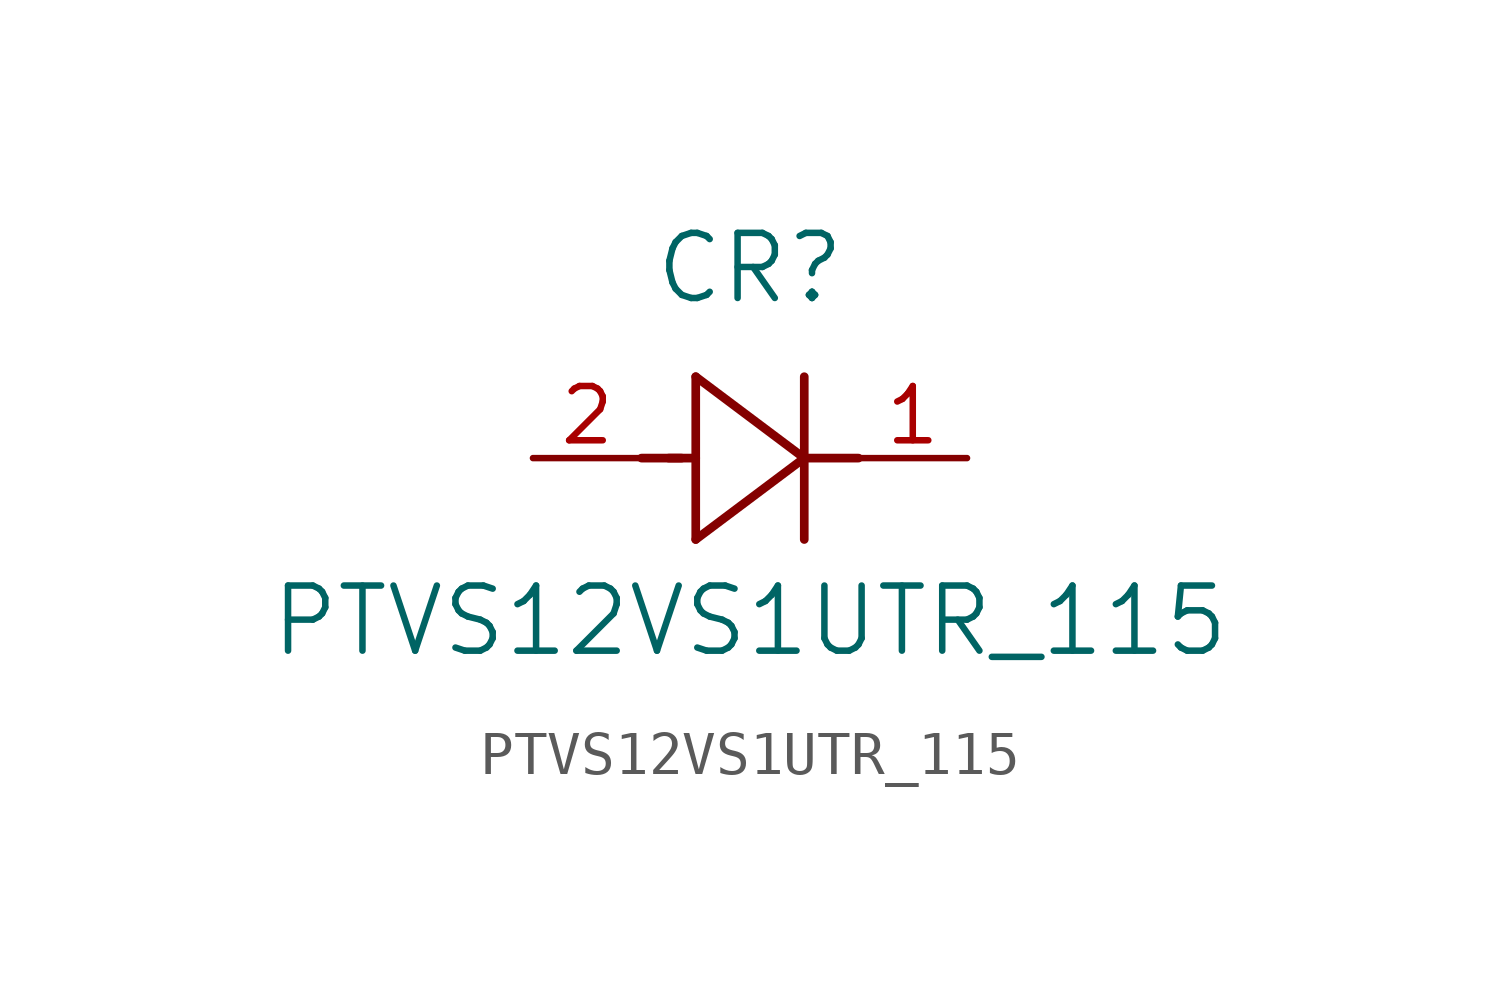
<source format=kicad_sym>
(kicad_symbol_lib
  (version 20211014)
  (generator kicad_symbol_editor)
  (symbol "PTVS12VS1UTR_115"
    (pin_names
      (offset 0.254))
    (property "Reference" "CR"
      (at 5.08 4.445 0)
      (effects (font (size 1.524 1.524))))
    (property "Value" "PTVS12VS1UTR_115"
      (at 5.08 -3.81 0)
      (effects (font (size 1.524 1.524))))
    (symbol "PTVS12VS1UTR_115_0_1"
      (polyline (pts (xy 2.54 0) (xy 3.48 0)) (stroke (width 0.203) (type default) (color 0 0 0 0)) (fill (type none)))
      (polyline (pts (xy 3.81 1.905) (xy 3.81 -1.905)) (stroke (width 0.203) (type default) (color 0 0 0 0)) (fill (type none)))
      (polyline (pts (xy 3.175 0) (xy 3.81 0)) (stroke (width 0.203) (type default) (color 0 0 0 0)) (fill (type none)))
      (polyline (pts (xy 6.35 -1.905) (xy 6.35 1.905)) (stroke (width 0.203) (type default) (color 0 0 0 0)) (fill (type none)))
      (polyline (pts (xy 6.35 0) (xy 7.62 0)) (stroke (width 0.203) (type default) (color 0 0 0 0)) (fill (type none)))
      (polyline (pts (xy 6.35 0) (xy 3.81 1.905)) (stroke (width 0.203) (type default) (color 0 0 0 0)) (fill (type none)))
      (polyline (pts (xy 3.81 -1.905) (xy 6.35 0)) (stroke (width 0.203) (type default) (color 0 0 0 0)) (fill (type none)))
      (pin unspecified line (at 0 0 0) (length 2.54) (name "" (effects (font (size 1.27 1.27)))) (number "2" (effects (font (size 1.27 1.27)))))
      (pin unspecified line (at 10.16 0 180) (length 2.54) (name "" (effects (font (size 1.27 1.27)))) (number "1" (effects (font (size 1.27 1.27))))))))
</source>
